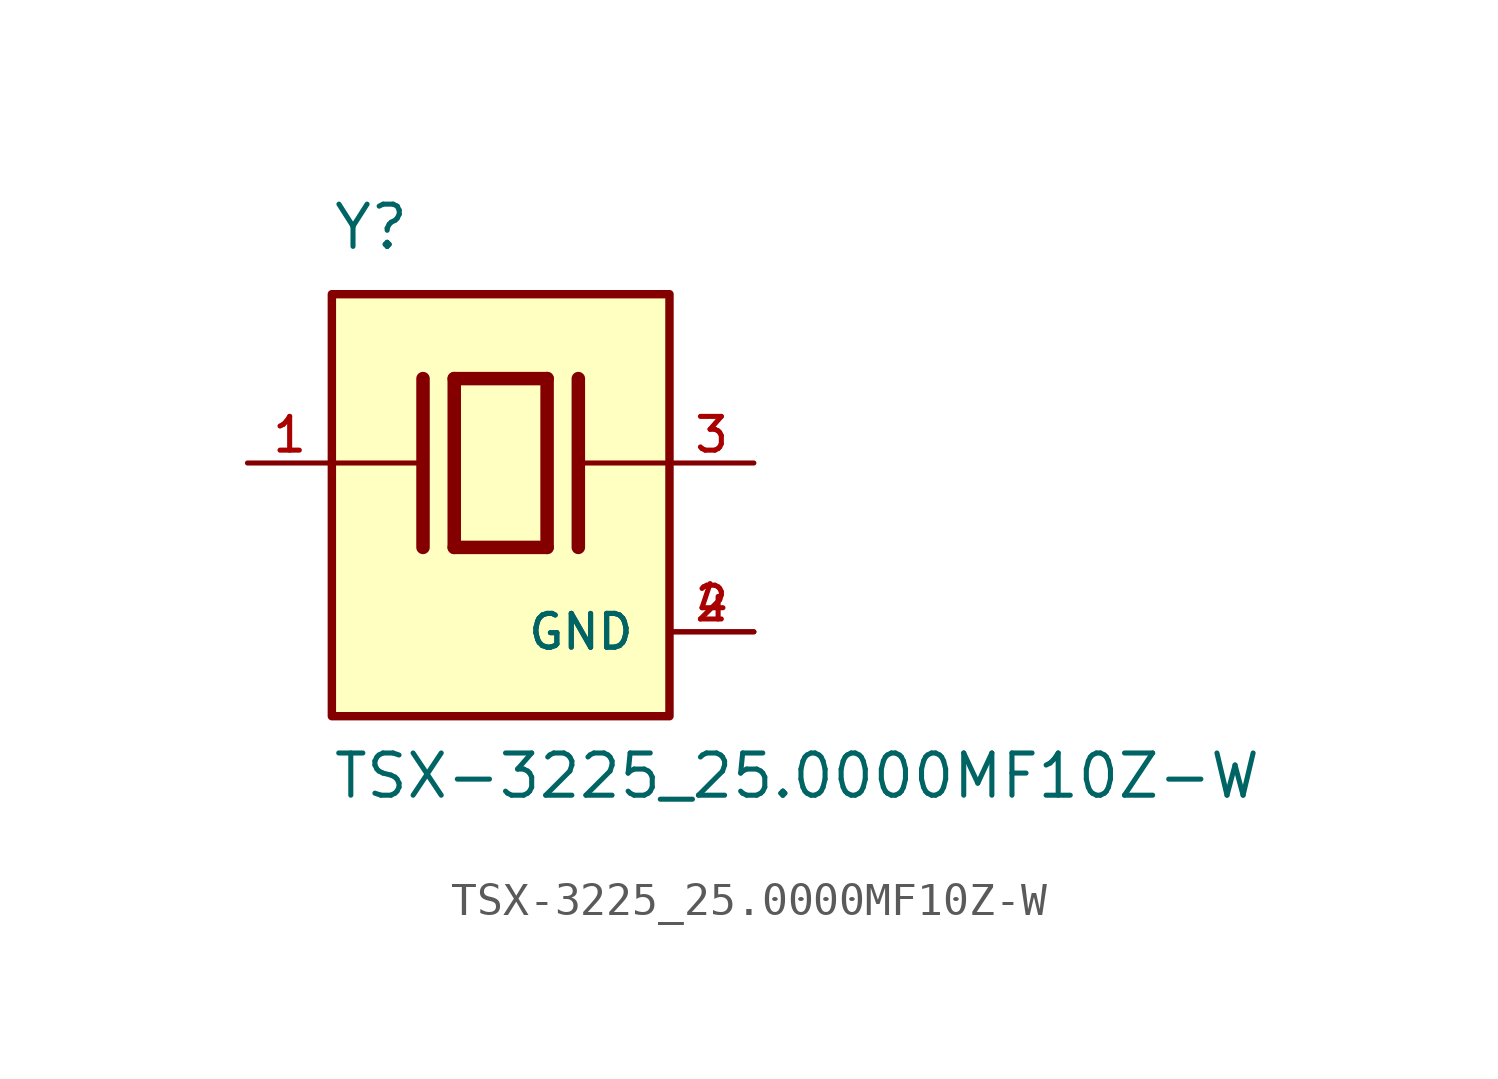
<source format=kicad_sym>
(kicad_symbol_lib
  (version 20211014)
  (generator kicad_symbol_editor)
  (symbol "TSX-3225_25.0000MF10Z-W"
    (pin_names
      (offset 1.016))
    (property "Reference" "Y"
      (at -5.088 6.356 0)
      (effects (font (size 1.27 1.27)) (justify bottom left)))
    (property "Value" "TSX-3225_25.0000MF10Z-W"
      (at -5.094 -10.16 0)
      (effects (font (size 1.27 1.27)) (justify bottom left)))
    (symbol "TSX-3225_25.0000MF10Z-W_0_0"
      (polyline (pts (xy -1.397 2.54) (xy 1.397 2.54)) (stroke (width 0.406)))
      (polyline (pts (xy 1.397 2.54) (xy 1.397 -2.54)) (stroke (width 0.406)))
      (polyline (pts (xy 1.397 -2.54) (xy -1.397 -2.54)) (stroke (width 0.406)))
      (polyline (pts (xy -1.397 2.54) (xy -1.397 -2.54)) (stroke (width 0.406)))
      (polyline (pts (xy 2.337 2.54) (xy 2.337 -2.54)) (stroke (width 0.406)))
      (polyline (pts (xy -2.337 2.54) (xy -2.337 -2.54)) (stroke (width 0.406)))
      (polyline (pts (xy -5.08 0.0) (xy -2.54 0.0)) (stroke (width 0.152)))
      (polyline (pts (xy 2.54 0.0) (xy 5.08 0.0)) (stroke (width 0.152)))
      (rectangle (start -5.08 -7.62) (end 5.08 5.08) (stroke (width 0.254)) (fill (type background)))
      (pin passive line (at 7.62 0.0 180.0) (length 2.54) (name "~" (effects (font (size 1.016 1.016)))) (number "3" (effects (font (size 1.016 1.016)))))
      (pin passive line (at -7.62 0.0 0) (length 2.54) (name "~" (effects (font (size 1.016 1.016)))) (number "1" (effects (font (size 1.016 1.016)))))
      (pin power_in line (at 7.62 -5.08 180.0) (length 2.54) (name "GND" (effects (font (size 1.016 1.016)))) (number "2" (effects (font (size 1.016 1.016)))))
      (pin power_in line (at 7.62 -5.08 180.0) (length 2.54) (name "GND" (effects (font (size 1.016 1.016)))) (number "4" (effects (font (size 1.016 1.016))))))))
</source>
